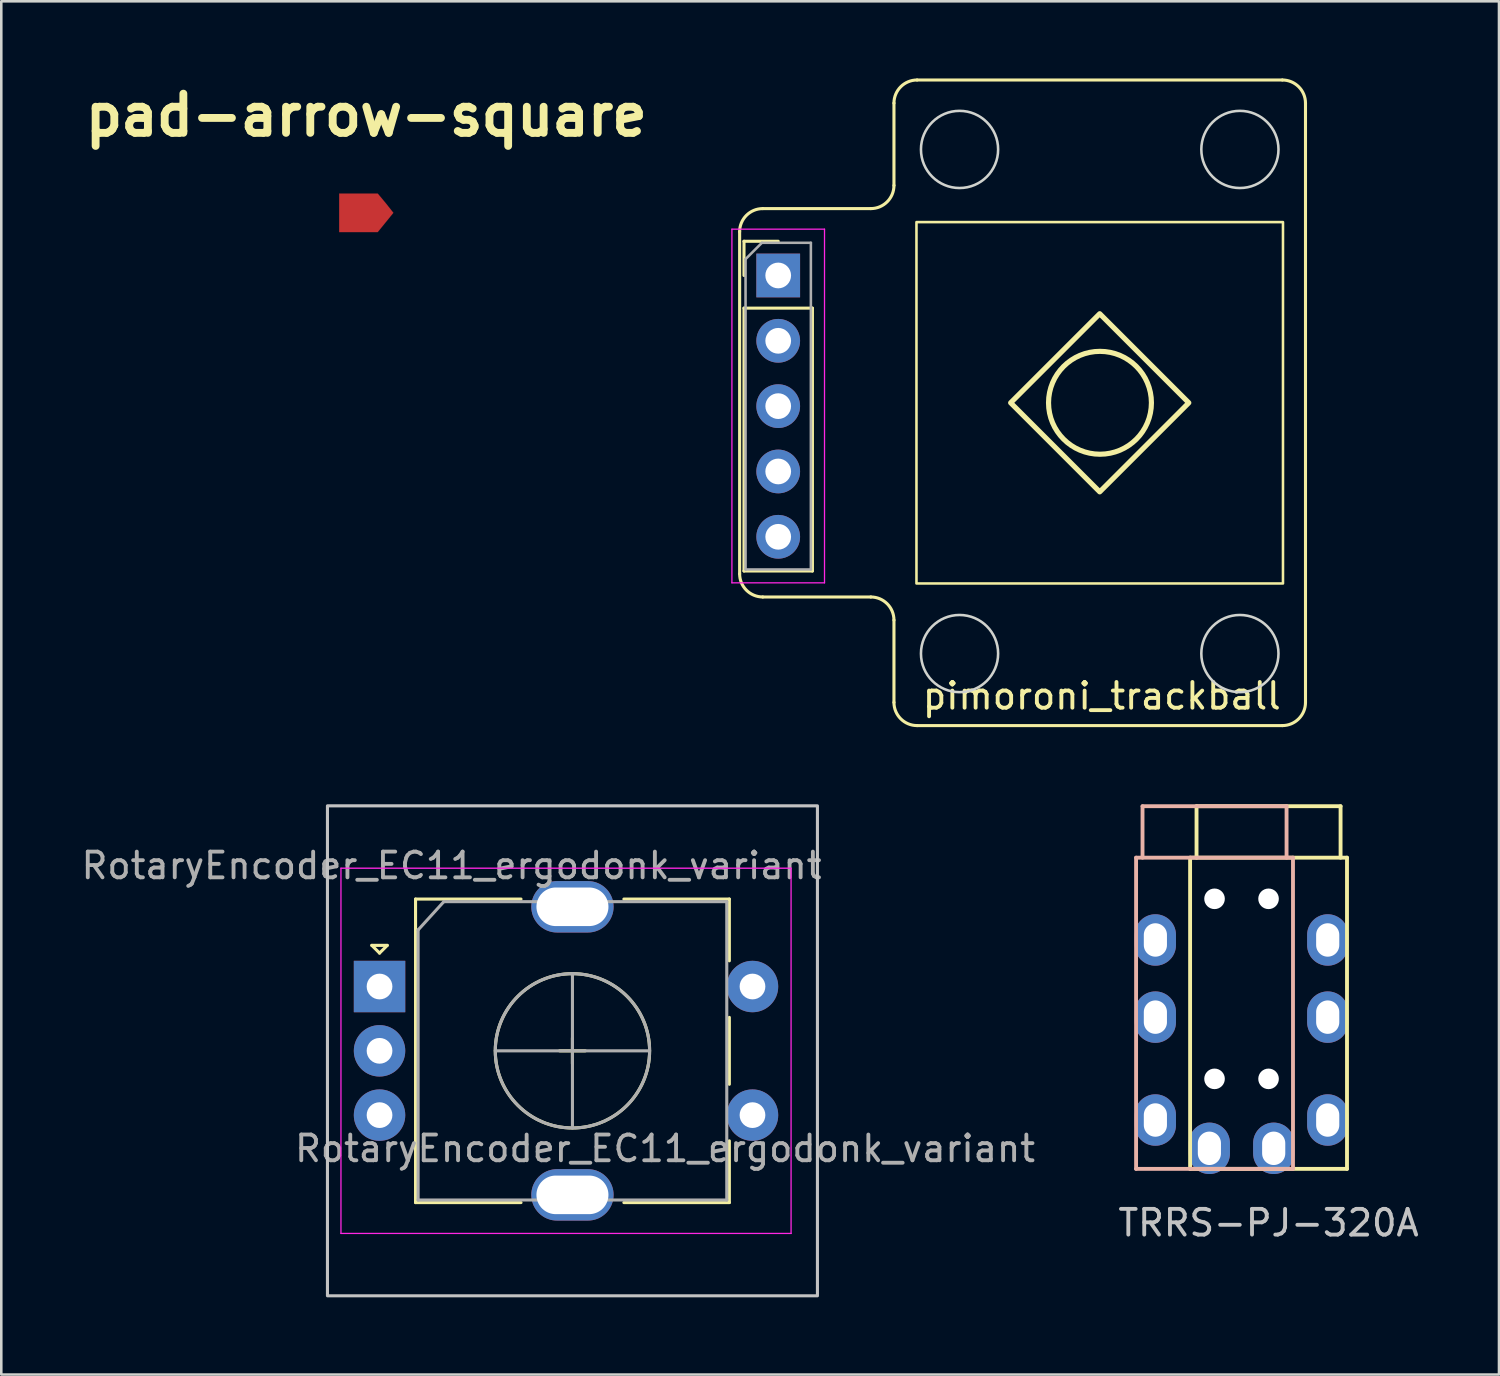
<source format=kicad_pcb>
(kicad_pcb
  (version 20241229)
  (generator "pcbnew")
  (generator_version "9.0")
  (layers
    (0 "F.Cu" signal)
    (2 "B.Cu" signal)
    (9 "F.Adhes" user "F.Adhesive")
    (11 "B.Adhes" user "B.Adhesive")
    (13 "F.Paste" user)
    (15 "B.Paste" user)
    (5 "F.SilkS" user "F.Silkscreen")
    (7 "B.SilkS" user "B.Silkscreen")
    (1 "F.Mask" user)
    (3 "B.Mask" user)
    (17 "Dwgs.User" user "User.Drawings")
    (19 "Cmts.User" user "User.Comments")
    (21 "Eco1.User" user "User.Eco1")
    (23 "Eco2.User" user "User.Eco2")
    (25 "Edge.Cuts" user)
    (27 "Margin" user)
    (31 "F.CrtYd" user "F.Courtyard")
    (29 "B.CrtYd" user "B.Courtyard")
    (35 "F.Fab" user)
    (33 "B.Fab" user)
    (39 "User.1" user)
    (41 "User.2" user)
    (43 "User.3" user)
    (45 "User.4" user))
  (footprint "pad-arrow-square"
    (layer "F.Cu")
    (at 11.191 5.224)
    (property "Reference" "pad-arrow-square" (at 0 -3.798 0) (layer "F.SilkS") (effects (font (size 1.524 1.524) (thickness 0.305))))
    (attr through_hole)
    (fp_poly (pts (xy -1.054 0.75) (xy -1.054 -0.75) (xy 0.445 -0.75) (xy 0.754 -0.379) (xy 1.054 0) (xy 0.754 0.37) (xy 0.445 0.75) (xy -1.054 0.75)) (stroke (width 0.003) (type solid)) (fill yes) (layer "F.Cu"))
    (fp_poly (pts (xy -1.054 0.75) (xy -1.054 -0.75) (xy 0.445 -0.75) (xy 0.754 -0.379) (xy 1.054 0) (xy 0.754 0.37) (xy 0.445 0.75) (xy -1.054 0.75)) (stroke (width 0.003) (type solid)) (fill yes) (layer "F.Mask")))
  (footprint "RotaryEncoder_EC11_ergodonk_variant"
    (layer "F.Cu")
    (at 19.206 37.805)
    (property "Reference" "RotaryEncoder_EC11_ergodonk_variant" (at -4.7 -7.2 0) (layer "F.Fab") (effects (font (size 1 1) (thickness 0.15))))
    (attr through_hole)
    (fp_line (start -7.8 -4.1) (end -7.2 -4.1) (stroke (width 0.12) (type solid)) (layer "F.SilkS"))
    (fp_line (start -7.5 -3.8) (end -7.8 -4.1) (stroke (width 0.12) (type solid)) (layer "F.SilkS"))
    (fp_line (start -7.2 -4.1) (end -7.5 -3.8) (stroke (width 0.12) (type solid)) (layer "F.SilkS"))
    (fp_line (start -6.1 -5.9) (end -6.1 5.9) (stroke (width 0.12) (type solid)) (layer "F.SilkS"))
    (fp_line (start -2 -5.9) (end -6.1 -5.9) (stroke (width 0.12) (type solid)) (layer "F.SilkS"))
    (fp_line (start -2 5.9) (end -6.1 5.9) (stroke (width 0.12) (type solid)) (layer "F.SilkS"))
    (fp_line (start -0.5 0) (end 0.5 0) (stroke (width 0.12) (type solid)) (layer "F.SilkS"))
    (fp_line (start 0 -0.5) (end 0 0.5) (stroke (width 0.12) (type solid)) (layer "F.SilkS"))
    (fp_line (start 2 -5.9) (end 6.1 -5.9) (stroke (width 0.12) (type solid)) (layer "F.SilkS"))
    (fp_line (start 6.1 -5.9) (end 6.1 -3.5) (stroke (width 0.12) (type solid)) (layer "F.SilkS"))
    (fp_line (start 6.1 -1.3) (end 6.1 1.3) (stroke (width 0.12) (type solid)) (layer "F.SilkS"))
    (fp_line (start 6.1 3.5) (end 6.1 5.9) (stroke (width 0.12) (type solid)) (layer "F.SilkS"))
    (fp_line (start 6.1 5.9) (end 2 5.9) (stroke (width 0.12) (type solid)) (layer "F.SilkS"))
    (fp_circle (center 0 0) (end 3 0) (stroke (width 0.12) (type solid)) (fill no) (layer "F.SilkS"))
    (fp_rect (start 9.525 -9.525) (end -9.525 9.525) (stroke (width 0.12) (type solid)) (fill no) (layer "Dwgs.User"))
    (fp_line (start -9 -7.1) (end -9 7.1) (stroke (width 0.05) (type solid)) (layer "F.CrtYd"))
    (fp_line (start -9 -7.1) (end 8.5 -7.1) (stroke (width 0.05) (type solid)) (layer "F.CrtYd"))
    (fp_line (start 8.5 7.1) (end -9 7.1) (stroke (width 0.05) (type solid)) (layer "F.CrtYd"))
    (fp_line (start 8.5 7.1) (end 8.5 -7.1) (stroke (width 0.05) (type solid)) (layer "F.CrtYd"))
    (fp_line (start -6 -4.7) (end -5 -5.8) (stroke (width 0.12) (type solid)) (layer "F.Fab"))
    (fp_line (start -6 5.8) (end -6 -4.7) (stroke (width 0.12) (type solid)) (layer "F.Fab"))
    (fp_line (start -5 -5.8) (end 6 -5.8) (stroke (width 0.12) (type solid)) (layer "F.Fab"))
    (fp_line (start -3 0) (end 3 0) (stroke (width 0.12) (type solid)) (layer "F.Fab"))
    (fp_line (start 0 -3) (end 0 3) (stroke (width 0.12) (type solid)) (layer "F.Fab"))
    (fp_line (start 6 -5.8) (end 6 5.8) (stroke (width 0.12) (type solid)) (layer "F.Fab"))
    (fp_line (start 6 5.8) (end -6 5.8) (stroke (width 0.12) (type solid)) (layer "F.Fab"))
    (fp_circle (center 0 0) (end 3 0) (stroke (width 0.12) (type solid)) (fill no) (layer "F.Fab"))
    (fp_text user "${REFERENCE}" (at 3.6 3.8 0) (layer "F.Fab") (effects (font (size 1 1) (thickness 0.15))))
    (pad "" np_thru_hole oval (at 0 -5.6) (size 3.2 2) (drill oval 2.8 1.5) (layers "*.Cu" "*.Mask"))
    (pad "" np_thru_hole oval (at 0 5.6) (size 3.2 2) (drill oval 2.8 1.5) (layers "*.Cu" "*.Mask"))
    (pad "A" thru_hole rect (at -7.5 -2.5) (size 2 2) (drill 1) (layers "*.Cu" "*.Mask"))
    (pad "B" thru_hole circle (at -7.5 2.5) (size 2 2) (drill 1) (layers "*.Cu" "*.Mask"))
    (pad "C" thru_hole circle (at -7.5 0) (size 2 2) (drill 1) (layers "*.Cu" "*.Mask"))
    (pad "S1" thru_hole circle (at 7 2.5) (size 2 2) (drill 1) (layers "*.Cu" "*.Mask"))
    (pad "S2" thru_hole circle (at 7 -2.5) (size 2 2) (drill 1) (layers "*.Cu" "*.Mask")))
  (footprint "pimoroni_trackball"
    (layer "F.Cu")
    (at 27.206 7.66)
    (property "Reference" "pimoroni_trackball" (at 12.58 16.35 0) (layer "F.SilkS") (effects (font (size 1 1) (thickness 0.15))))
    (attr through_hole)
    (fp_line (start -1.5 -1.7) (end -1.5 11.6) (stroke (width 0.12) (type solid)) (layer "F.SilkS"))
    (fp_line (start -1.33 -1.33) (end 0 -1.33) (stroke (width 0.12) (type solid)) (layer "F.SilkS"))
    (fp_line (start -1.33 0) (end -1.33 -1.33) (stroke (width 0.12) (type solid)) (layer "F.SilkS"))
    (fp_line (start -1.33 1.27) (end -1.33 11.49) (stroke (width 0.12) (type solid)) (layer "F.SilkS"))
    (fp_line (start -1.33 1.27) (end 1.33 1.27) (stroke (width 0.12) (type solid)) (layer "F.SilkS"))
    (fp_line (start -1.33 11.49) (end 1.33 11.49) (stroke (width 0.12) (type solid)) (layer "F.SilkS"))
    (fp_line (start -0.6 -2.6) (end 3.6 -2.6) (stroke (width 0.12) (type solid)) (layer "F.SilkS"))
    (fp_line (start -0.6 12.5) (end 3.6 12.5) (stroke (width 0.12) (type solid)) (layer "F.SilkS"))
    (fp_line (start 1.33 1.27) (end 1.33 11.49) (stroke (width 0.12) (type solid)) (layer "F.SilkS"))
    (fp_line (start 4.5 -3.5) (end 4.5 -6.7) (stroke (width 0.12) (type solid)) (layer "F.SilkS"))
    (fp_line (start 4.5 13.4) (end 4.5 16.6) (stroke (width 0.12) (type solid)) (layer "F.SilkS"))
    (fp_line (start 5.4 -7.6) (end 19.6 -7.6) (stroke (width 0.12) (type solid)) (layer "F.SilkS"))
    (fp_line (start 5.4 17.5) (end 19.6 17.5) (stroke (width 0.12) (type solid)) (layer "F.SilkS"))
    (fp_line (start 20.5 16.6) (end 20.5 -6.7) (stroke (width 0.12) (type solid)) (layer "F.SilkS"))
    (fp_rect (start 5.375 -2.075) (end 19.625 11.975) (stroke (width 0.1) (type default)) (fill no) (layer "F.SilkS"))
    (fp_arc (start -1.5 -1.7) (mid -1.236396 -2.336396) (end -0.6 -2.6) (stroke (width 0.12) (type default)) (layer "F.SilkS"))
    (fp_arc (start -0.6 12.5) (mid -1.236396 12.236396) (end -1.5 11.6) (stroke (width 0.12) (type default)) (layer "F.SilkS"))
    (fp_arc (start 3.6 12.5) (mid 4.236396 12.763604) (end 4.5 13.4) (stroke (width 0.12) (type default)) (layer "F.SilkS"))
    (fp_arc (start 4.5 -6.7) (mid 4.763604 -7.336396) (end 5.4 -7.6) (stroke (width 0.12) (type default)) (layer "F.SilkS"))
    (fp_arc (start 4.5 -3.5) (mid 4.236396 -2.863604) (end 3.6 -2.6) (stroke (width 0.12) (type default)) (layer "F.SilkS"))
    (fp_arc (start 5.4 17.5) (mid 4.763604 17.236396) (end 4.5 16.6) (stroke (width 0.12) (type default)) (layer "F.SilkS"))
    (fp_arc (start 19.6 -7.6) (mid 20.236396 -7.336396) (end 20.5 -6.7) (stroke (width 0.12) (type default)) (layer "F.SilkS"))
    (fp_arc (start 20.5 16.6) (mid 20.236396 17.236396) (end 19.6 17.5) (stroke (width 0.12) (type default)) (layer "F.SilkS"))
    (fp_circle (center 12.51 4.95) (end 14.51 4.95) (stroke (width 0.2) (type default)) (fill no) (layer "F.SilkS"))
    (fp_poly (pts (xy 9.037 4.95) (xy 12.5 1.487) (xy 15.963 4.95) (xy 12.5 8.413)) (stroke (width 0.2) (type default)) (fill no) (layer "F.SilkS"))
    (fp_circle (center 7.05 -4.9) (end 8.55 -4.9) (stroke (width 0.1) (type default)) (fill no) (layer "Edge.Cuts"))
    (fp_circle (center 7.05 14.7) (end 8.55 14.7) (stroke (width 0.1) (type default)) (fill no) (layer "Edge.Cuts"))
    (fp_circle (center 17.95 -4.9) (end 19.45 -4.9) (stroke (width 0.1) (type default)) (fill no) (layer "Edge.Cuts"))
    (fp_circle (center 17.95 14.7) (end 19.45 14.7) (stroke (width 0.1) (type default)) (fill no) (layer "Edge.Cuts"))
    (fp_line (start -1.8 -1.8) (end -1.8 11.95) (stroke (width 0.05) (type solid)) (layer "F.CrtYd"))
    (fp_line (start -1.8 11.95) (end 1.8 11.95) (stroke (width 0.05) (type solid)) (layer "F.CrtYd"))
    (fp_line (start 1.8 -1.8) (end -1.8 -1.8) (stroke (width 0.05) (type solid)) (layer "F.CrtYd"))
    (fp_line (start 1.8 11.95) (end 1.8 -1.8) (stroke (width 0.05) (type solid)) (layer "F.CrtYd"))
    (fp_line (start -1.27 -0.635) (end -0.635 -1.27) (stroke (width 0.1) (type solid)) (layer "F.Fab"))
    (fp_line (start -1.27 11.43) (end -1.27 -0.635) (stroke (width 0.1) (type solid)) (layer "F.Fab"))
    (fp_line (start -0.635 -1.27) (end 1.27 -1.27) (stroke (width 0.1) (type solid)) (layer "F.Fab"))
    (fp_line (start 1.27 -1.27) (end 1.27 11.43) (stroke (width 0.1) (type solid)) (layer "F.Fab"))
    (fp_line (start 1.27 11.43) (end -1.27 11.43) (stroke (width 0.1) (type solid)) (layer "F.Fab"))
    (pad "1" thru_hole rect (at 0 0) (size 1.7 1.7) (drill 1) (layers "*.Cu" "*.Mask"))
    (pad "2" thru_hole oval (at 0 2.54) (size 1.7 1.7) (drill 1) (layers "*.Cu" "*.Mask"))
    (pad "3" thru_hole oval (at 0 5.08) (size 1.7 1.7) (drill 1) (layers "*.Cu" "*.Mask"))
    (pad "4" thru_hole oval (at 0 7.62) (size 1.7 1.7) (drill 1) (layers "*.Cu" "*.Mask"))
    (pad "5" thru_hole oval (at 0 10.16) (size 1.7 1.7) (drill 1) (layers "*.Cu" "*.Mask")))
  (footprint "TRRS-PJ-320A"
    (layer "F.Cu")
    (at 46.27 30.295)
    (property "Reference" "TRRS-PJ-320A" (at 0 14.2 0) (layer "Dwgs.User") (effects (font (size 1 1) (thickness 0.15))))
    (attr through_hole)
    (fp_line (start -3.05 0) (end -3.05 12.1) (stroke (width 0.15) (type solid)) (layer "F.SilkS"))
    (fp_line (start -2.8 0) (end -2.8 -2) (stroke (width 0.15) (type solid)) (layer "F.SilkS"))
    (fp_line (start 2.8 -2) (end -2.8 -2) (stroke (width 0.15) (type solid)) (layer "F.SilkS"))
    (fp_line (start 2.8 0) (end 2.8 -2) (stroke (width 0.15) (type solid)) (layer "F.SilkS"))
    (fp_line (start 3.05 0) (end -3.05 0) (stroke (width 0.15) (type solid)) (layer "F.SilkS"))
    (fp_line (start 3.05 0) (end 3.05 12.1) (stroke (width 0.15) (type solid)) (layer "F.SilkS"))
    (fp_line (start 3.05 12.1) (end -3.05 12.1) (stroke (width 0.15) (type solid)) (layer "F.SilkS"))
    (fp_line (start -5.15 0) (end -5.15 12.1) (stroke (width 0.15) (type solid)) (layer "B.SilkS"))
    (fp_line (start -5.15 0) (end 0.95 0) (stroke (width 0.15) (type solid)) (layer "B.SilkS"))
    (fp_line (start -5.15 12.1) (end 0.95 12.1) (stroke (width 0.15) (type solid)) (layer "B.SilkS"))
    (fp_line (start -4.9 -2) (end 0.7 -2) (stroke (width 0.15) (type solid)) (layer "B.SilkS"))
    (fp_line (start -4.9 0) (end -4.9 -2) (stroke (width 0.15) (type solid)) (layer "B.SilkS"))
    (fp_line (start 0.7 0) (end 0.7 -2) (stroke (width 0.15) (type solid)) (layer "B.SilkS"))
    (fp_line (start 0.95 0) (end 0.95 12.1) (stroke (width 0.15) (type solid)) (layer "B.SilkS"))
    (pad "" np_thru_hole circle (at -2.1 1.6) (size 0.8 0.8) (drill 0.8) (layers "*.Cu" "*.Mask"))
    (pad "" np_thru_hole circle (at -2.1 8.6) (size 0.8 0.8) (drill 0.8) (layers "*.Cu" "*.Mask"))
    (pad "" np_thru_hole circle (at 0 1.6) (size 0.8 0.8) (drill 0.8) (layers "*.Cu" "*.Mask"))
    (pad "" np_thru_hole circle (at 0 8.6) (size 0.8 0.8) (drill 0.8) (layers "*.Cu" "*.Mask"))
    (pad "1" thru_hole oval (at -2.3 11.3) (size 1.6 2) (drill oval 0.9 1.3) (layers "*.Cu" "*.Mask"))
    (pad "1" thru_hole oval (at 0.2 11.3) (size 1.6 2) (drill oval 0.9 1.3) (layers "*.Cu" "*.Mask"))
    (pad "2" thru_hole oval (at -4.4 10.2) (size 1.6 2) (drill oval 0.9 1.3) (layers "*.Cu" "*.Mask"))
    (pad "2" thru_hole oval (at 2.3 10.2) (size 1.6 2) (drill oval 0.9 1.3) (layers "*.Cu" "*.Mask"))
    (pad "3" thru_hole oval (at -4.4 6.2) (size 1.6 2) (drill oval 0.9 1.3) (layers "*.Cu" "*.Mask"))
    (pad "3" thru_hole oval (at 2.3 3.2) (size 1.6 2) (drill oval 0.9 1.3) (layers "*.Cu" "*.Mask"))
    (pad "4" thru_hole oval (at -4.4 3.2) (size 1.6 2) (drill oval 0.9 1.3) (layers "*.Cu" "*.Mask"))
    (pad "4" thru_hole oval (at 2.3 6.2) (size 1.6 2) (drill oval 0.9 1.3) (layers "*.Cu" "*.Mask")))
  (gr_rect
    (start -3 -3)
    (end 55.229 50.39)
    (stroke (width 0.1) (type default))
    (fill no)
    (layer "Edge.Cuts")))
</source>
